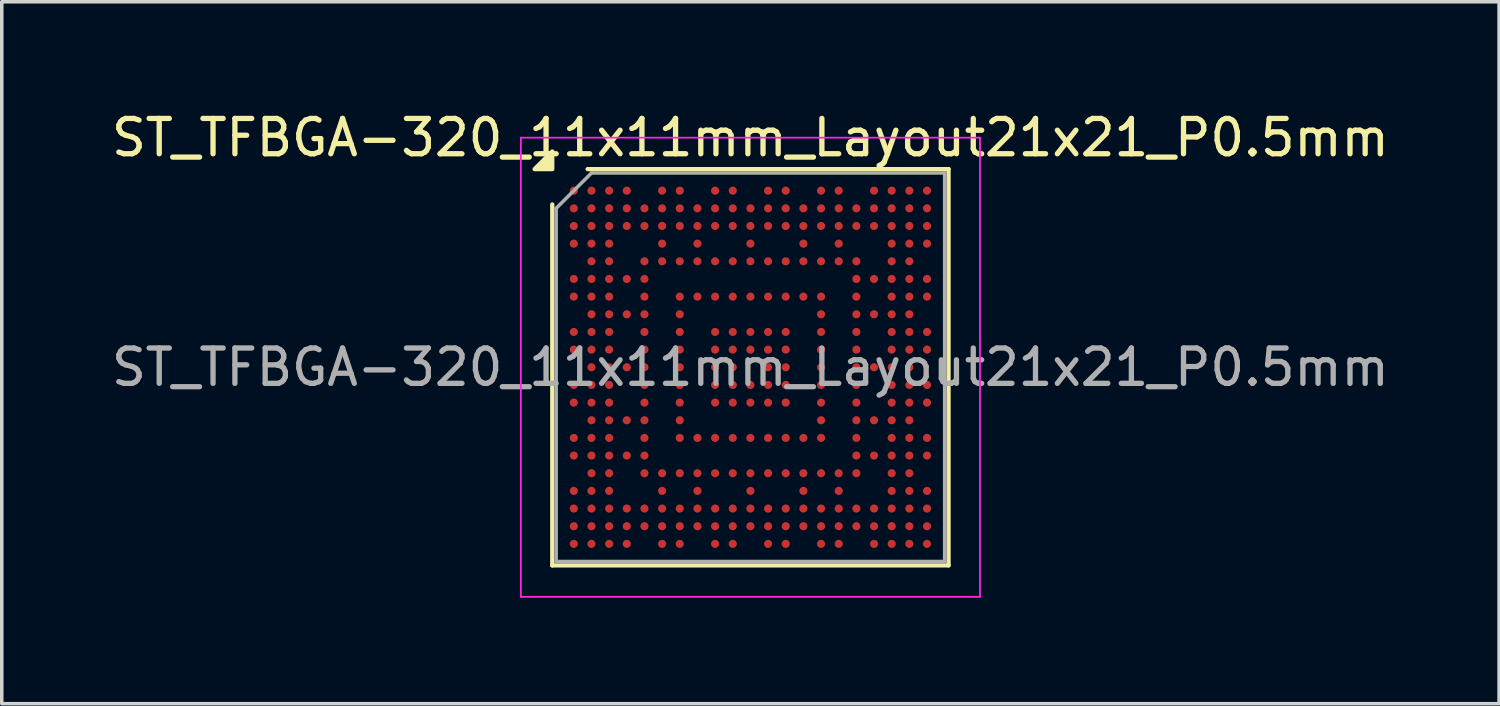
<source format=kicad_pcb>
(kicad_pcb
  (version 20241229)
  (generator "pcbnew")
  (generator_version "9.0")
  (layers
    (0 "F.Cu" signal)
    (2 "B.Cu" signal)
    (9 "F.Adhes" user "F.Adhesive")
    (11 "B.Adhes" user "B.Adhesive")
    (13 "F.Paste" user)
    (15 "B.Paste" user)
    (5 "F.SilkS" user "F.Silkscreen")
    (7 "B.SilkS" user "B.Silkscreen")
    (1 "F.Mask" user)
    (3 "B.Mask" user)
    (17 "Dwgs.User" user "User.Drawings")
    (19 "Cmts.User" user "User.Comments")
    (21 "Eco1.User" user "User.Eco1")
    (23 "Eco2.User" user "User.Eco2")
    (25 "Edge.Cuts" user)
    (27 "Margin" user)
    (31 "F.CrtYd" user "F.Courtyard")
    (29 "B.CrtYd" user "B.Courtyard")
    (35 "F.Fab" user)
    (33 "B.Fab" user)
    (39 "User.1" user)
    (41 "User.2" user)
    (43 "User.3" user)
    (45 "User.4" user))
  (footprint "ST_TFBGA-320_11x11mm_Layout21x21_P0.5mm"
    (layer "F.Cu")
    (at 18.196 7.348)
    (property "Reference" "ST_TFBGA-320_11x11mm_Layout21x21_P0.5mm" (at 0 -6.5 0) (layer "F.SilkS") (effects (font (size 1 1) (thickness 0.15))))
    (attr smd)
    (fp_line (start -5.61 5.61) (end -5.61 -4.61) (stroke (width 0.12) (type solid)) (layer "F.SilkS"))
    (fp_line (start -4.61 -5.61) (end 5.61 -5.61) (stroke (width 0.12) (type solid)) (layer "F.SilkS"))
    (fp_line (start 5.61 -5.61) (end 5.61 5.61) (stroke (width 0.12) (type solid)) (layer "F.SilkS"))
    (fp_line (start 5.61 5.61) (end -5.61 5.61) (stroke (width 0.12) (type solid)) (layer "F.SilkS"))
    (fp_poly (pts (xy -5.61 -5.61) (xy -6.11 -5.61) (xy -5.61 -6.11) (xy -5.61 -5.61)) (stroke (width 0.12) (type solid)) (fill yes) (layer "F.SilkS"))
    (fp_line (start -6.5 -6.5) (end -6.5 6.5) (stroke (width 0.05) (type solid)) (layer "F.CrtYd"))
    (fp_line (start -6.5 6.5) (end 6.5 6.5) (stroke (width 0.05) (type solid)) (layer "F.CrtYd"))
    (fp_line (start 6.5 -6.5) (end -6.5 -6.5) (stroke (width 0.05) (type solid)) (layer "F.CrtYd"))
    (fp_line (start 6.5 6.5) (end 6.5 -6.5) (stroke (width 0.05) (type solid)) (layer "F.CrtYd"))
    (fp_line (start -5.5 -4.5) (end -4.5 -5.5) (stroke (width 0.1) (type solid)) (layer "F.Fab"))
    (fp_line (start -5.5 5.5) (end -5.5 -4.5) (stroke (width 0.1) (type solid)) (layer "F.Fab"))
    (fp_line (start -4.5 -5.5) (end 5.5 -5.5) (stroke (width 0.1) (type solid)) (layer "F.Fab"))
    (fp_line (start 5.5 -5.5) (end 5.5 5.5) (stroke (width 0.1) (type solid)) (layer "F.Fab"))
    (fp_line (start 5.5 5.5) (end -5.5 5.5) (stroke (width 0.1) (type solid)) (layer "F.Fab"))
    (fp_text user "${REFERENCE}" (at 0 0 0) (layer "F.Fab") (effects (font (size 1 1) (thickness 0.15))))
    (pad "A1" smd circle (at -5 -5) (size 0.23 0.23) (property pad_prop_bga) (layers "F.Cu" "F.Mask" "F.Paste"))
    (pad "A2" smd circle (at -4.5 -5) (size 0.23 0.23) (property pad_prop_bga) (layers "F.Cu" "F.Mask" "F.Paste"))
    (pad "A3" smd circle (at -4 -5) (size 0.23 0.23) (property pad_prop_bga) (layers "F.Cu" "F.Mask" "F.Paste"))
    (pad "A4" smd circle (at -3.5 -5) (size 0.23 0.23) (property pad_prop_bga) (layers "F.Cu" "F.Mask" "F.Paste"))
    (pad "A6" smd circle (at -2.5 -5) (size 0.23 0.23) (property pad_prop_bga) (layers "F.Cu" "F.Mask" "F.Paste"))
    (pad "A7" smd circle (at -2 -5) (size 0.23 0.23) (property pad_prop_bga) (layers "F.Cu" "F.Mask" "F.Paste"))
    (pad "A9" smd circle (at -1 -5) (size 0.23 0.23) (property pad_prop_bga) (layers "F.Cu" "F.Mask" "F.Paste"))
    (pad "A10" smd circle (at -0.5 -5) (size 0.23 0.23) (property pad_prop_bga) (layers "F.Cu" "F.Mask" "F.Paste"))
    (pad "A12" smd circle (at 0.5 -5) (size 0.23 0.23) (property pad_prop_bga) (layers "F.Cu" "F.Mask" "F.Paste"))
    (pad "A13" smd circle (at 1 -5) (size 0.23 0.23) (property pad_prop_bga) (layers "F.Cu" "F.Mask" "F.Paste"))
    (pad "A15" smd circle (at 2 -5) (size 0.23 0.23) (property pad_prop_bga) (layers "F.Cu" "F.Mask" "F.Paste"))
    (pad "A16" smd circle (at 2.5 -5) (size 0.23 0.23) (property pad_prop_bga) (layers "F.Cu" "F.Mask" "F.Paste"))
    (pad "A18" smd circle (at 3.5 -5) (size 0.23 0.23) (property pad_prop_bga) (layers "F.Cu" "F.Mask" "F.Paste"))
    (pad "A19" smd circle (at 4 -5) (size 0.23 0.23) (property pad_prop_bga) (layers "F.Cu" "F.Mask" "F.Paste"))
    (pad "A20" smd circle (at 4.5 -5) (size 0.23 0.23) (property pad_prop_bga) (layers "F.Cu" "F.Mask" "F.Paste"))
    (pad "A21" smd circle (at 5 -5) (size 0.23 0.23) (property pad_prop_bga) (layers "F.Cu" "F.Mask" "F.Paste"))
    (pad "AA1" smd circle (at -5 5) (size 0.23 0.23) (property pad_prop_bga) (layers "F.Cu" "F.Mask" "F.Paste"))
    (pad "AA2" smd circle (at -4.5 5) (size 0.23 0.23) (property pad_prop_bga) (layers "F.Cu" "F.Mask" "F.Paste"))
    (pad "AA3" smd circle (at -4 5) (size 0.23 0.23) (property pad_prop_bga) (layers "F.Cu" "F.Mask" "F.Paste"))
    (pad "AA4" smd circle (at -3.5 5) (size 0.23 0.23) (property pad_prop_bga) (layers "F.Cu" "F.Mask" "F.Paste"))
    (pad "AA6" smd circle (at -2.5 5) (size 0.23 0.23) (property pad_prop_bga) (layers "F.Cu" "F.Mask" "F.Paste"))
    (pad "AA7" smd circle (at -2 5) (size 0.23 0.23) (property pad_prop_bga) (layers "F.Cu" "F.Mask" "F.Paste"))
    (pad "AA9" smd circle (at -1 5) (size 0.23 0.23) (property pad_prop_bga) (layers "F.Cu" "F.Mask" "F.Paste"))
    (pad "AA10" smd circle (at -0.5 5) (size 0.23 0.23) (property pad_prop_bga) (layers "F.Cu" "F.Mask" "F.Paste"))
    (pad "AA12" smd circle (at 0.5 5) (size 0.23 0.23) (property pad_prop_bga) (layers "F.Cu" "F.Mask" "F.Paste"))
    (pad "AA13" smd circle (at 1 5) (size 0.23 0.23) (property pad_prop_bga) (layers "F.Cu" "F.Mask" "F.Paste"))
    (pad "AA15" smd circle (at 2 5) (size 0.23 0.23) (property pad_prop_bga) (layers "F.Cu" "F.Mask" "F.Paste"))
    (pad "AA16" smd circle (at 2.5 5) (size 0.23 0.23) (property pad_prop_bga) (layers "F.Cu" "F.Mask" "F.Paste"))
    (pad "AA18" smd circle (at 3.5 5) (size 0.23 0.23) (property pad_prop_bga) (layers "F.Cu" "F.Mask" "F.Paste"))
    (pad "AA19" smd circle (at 4 5) (size 0.23 0.23) (property pad_prop_bga) (layers "F.Cu" "F.Mask" "F.Paste"))
    (pad "AA20" smd circle (at 4.5 5) (size 0.23 0.23) (property pad_prop_bga) (layers "F.Cu" "F.Mask" "F.Paste"))
    (pad "AA21" smd circle (at 5 5) (size 0.23 0.23) (property pad_prop_bga) (layers "F.Cu" "F.Mask" "F.Paste"))
    (pad "B1" smd circle (at -5 -4.5) (size 0.23 0.23) (property pad_prop_bga) (layers "F.Cu" "F.Mask" "F.Paste"))
    (pad "B2" smd circle (at -4.5 -4.5) (size 0.23 0.23) (property pad_prop_bga) (layers "F.Cu" "F.Mask" "F.Paste"))
    (pad "B3" smd circle (at -4 -4.5) (size 0.23 0.23) (property pad_prop_bga) (layers "F.Cu" "F.Mask" "F.Paste"))
    (pad "B4" smd circle (at -3.5 -4.5) (size 0.23 0.23) (property pad_prop_bga) (layers "F.Cu" "F.Mask" "F.Paste"))
    (pad "B5" smd circle (at -3 -4.5) (size 0.23 0.23) (property pad_prop_bga) (layers "F.Cu" "F.Mask" "F.Paste"))
    (pad "B6" smd circle (at -2.5 -4.5) (size 0.23 0.23) (property pad_prop_bga) (layers "F.Cu" "F.Mask" "F.Paste"))
    (pad "B7" smd circle (at -2 -4.5) (size 0.23 0.23) (property pad_prop_bga) (layers "F.Cu" "F.Mask" "F.Paste"))
    (pad "B8" smd circle (at -1.5 -4.5) (size 0.23 0.23) (property pad_prop_bga) (layers "F.Cu" "F.Mask" "F.Paste"))
    (pad "B9" smd circle (at -1 -4.5) (size 0.23 0.23) (property pad_prop_bga) (layers "F.Cu" "F.Mask" "F.Paste"))
    (pad "B10" smd circle (at -0.5 -4.5) (size 0.23 0.23) (property pad_prop_bga) (layers "F.Cu" "F.Mask" "F.Paste"))
    (pad "B11" smd circle (at 0 -4.5) (size 0.23 0.23) (property pad_prop_bga) (layers "F.Cu" "F.Mask" "F.Paste"))
    (pad "B12" smd circle (at 0.5 -4.5) (size 0.23 0.23) (property pad_prop_bga) (layers "F.Cu" "F.Mask" "F.Paste"))
    (pad "B13" smd circle (at 1 -4.5) (size 0.23 0.23) (property pad_prop_bga) (layers "F.Cu" "F.Mask" "F.Paste"))
    (pad "B14" smd circle (at 1.5 -4.5) (size 0.23 0.23) (property pad_prop_bga) (layers "F.Cu" "F.Mask" "F.Paste"))
    (pad "B15" smd circle (at 2 -4.5) (size 0.23 0.23) (property pad_prop_bga) (layers "F.Cu" "F.Mask" "F.Paste"))
    (pad "B16" smd circle (at 2.5 -4.5) (size 0.23 0.23) (property pad_prop_bga) (layers "F.Cu" "F.Mask" "F.Paste"))
    (pad "B17" smd circle (at 3 -4.5) (size 0.23 0.23) (property pad_prop_bga) (layers "F.Cu" "F.Mask" "F.Paste"))
    (pad "B18" smd circle (at 3.5 -4.5) (size 0.23 0.23) (property pad_prop_bga) (layers "F.Cu" "F.Mask" "F.Paste"))
    (pad "B19" smd circle (at 4 -4.5) (size 0.23 0.23) (property pad_prop_bga) (layers "F.Cu" "F.Mask" "F.Paste"))
    (pad "B20" smd circle (at 4.5 -4.5) (size 0.23 0.23) (property pad_prop_bga) (layers "F.Cu" "F.Mask" "F.Paste"))
    (pad "B21" smd circle (at 5 -4.5) (size 0.23 0.23) (property pad_prop_bga) (layers "F.Cu" "F.Mask" "F.Paste"))
    (pad "C1" smd circle (at -5 -4) (size 0.23 0.23) (property pad_prop_bga) (layers "F.Cu" "F.Mask" "F.Paste"))
    (pad "C2" smd circle (at -4.5 -4) (size 0.23 0.23) (property pad_prop_bga) (layers "F.Cu" "F.Mask" "F.Paste"))
    (pad "C3" smd circle (at -4 -4) (size 0.23 0.23) (property pad_prop_bga) (layers "F.Cu" "F.Mask" "F.Paste"))
    (pad "C4" smd circle (at -3.5 -4) (size 0.23 0.23) (property pad_prop_bga) (layers "F.Cu" "F.Mask" "F.Paste"))
    (pad "C5" smd circle (at -3 -4) (size 0.23 0.23) (property pad_prop_bga) (layers "F.Cu" "F.Mask" "F.Paste"))
    (pad "C6" smd circle (at -2.5 -4) (size 0.23 0.23) (property pad_prop_bga) (layers "F.Cu" "F.Mask" "F.Paste"))
    (pad "C7" smd circle (at -2 -4) (size 0.23 0.23) (property pad_prop_bga) (layers "F.Cu" "F.Mask" "F.Paste"))
    (pad "C8" smd circle (at -1.5 -4) (size 0.23 0.23) (property pad_prop_bga) (layers "F.Cu" "F.Mask" "F.Paste"))
    (pad "C9" smd circle (at -1 -4) (size 0.23 0.23) (property pad_prop_bga) (layers "F.Cu" "F.Mask" "F.Paste"))
    (pad "C10" smd circle (at -0.5 -4) (size 0.23 0.23) (property pad_prop_bga) (layers "F.Cu" "F.Mask" "F.Paste"))
    (pad "C11" smd circle (at 0 -4) (size 0.23 0.23) (property pad_prop_bga) (layers "F.Cu" "F.Mask" "F.Paste"))
    (pad "C12" smd circle (at 0.5 -4) (size 0.23 0.23) (property pad_prop_bga) (layers "F.Cu" "F.Mask" "F.Paste"))
    (pad "C13" smd circle (at 1 -4) (size 0.23 0.23) (property pad_prop_bga) (layers "F.Cu" "F.Mask" "F.Paste"))
    (pad "C14" smd circle (at 1.5 -4) (size 0.23 0.23) (property pad_prop_bga) (layers "F.Cu" "F.Mask" "F.Paste"))
    (pad "C15" smd circle (at 2 -4) (size 0.23 0.23) (property pad_prop_bga) (layers "F.Cu" "F.Mask" "F.Paste"))
    (pad "C16" smd circle (at 2.5 -4) (size 0.23 0.23) (property pad_prop_bga) (layers "F.Cu" "F.Mask" "F.Paste"))
    (pad "C17" smd circle (at 3 -4) (size 0.23 0.23) (property pad_prop_bga) (layers "F.Cu" "F.Mask" "F.Paste"))
    (pad "C18" smd circle (at 3.5 -4) (size 0.23 0.23) (property pad_prop_bga) (layers "F.Cu" "F.Mask" "F.Paste"))
    (pad "C19" smd circle (at 4 -4) (size 0.23 0.23) (property pad_prop_bga) (layers "F.Cu" "F.Mask" "F.Paste"))
    (pad "C20" smd circle (at 4.5 -4) (size 0.23 0.23) (property pad_prop_bga) (layers "F.Cu" "F.Mask" "F.Paste"))
    (pad "C21" smd circle (at 5 -4) (size 0.23 0.23) (property pad_prop_bga) (layers "F.Cu" "F.Mask" "F.Paste"))
    (pad "D1" smd circle (at -5 -3.5) (size 0.23 0.23) (property pad_prop_bga) (layers "F.Cu" "F.Mask" "F.Paste"))
    (pad "D2" smd circle (at -4.5 -3.5) (size 0.23 0.23) (property pad_prop_bga) (layers "F.Cu" "F.Mask" "F.Paste"))
    (pad "D3" smd circle (at -4 -3.5) (size 0.23 0.23) (property pad_prop_bga) (layers "F.Cu" "F.Mask" "F.Paste"))
    (pad "D6" smd circle (at -2.5 -3.5) (size 0.23 0.23) (property pad_prop_bga) (layers "F.Cu" "F.Mask" "F.Paste"))
    (pad "D8" smd circle (at -1.5 -3.5) (size 0.23 0.23) (property pad_prop_bga) (layers "F.Cu" "F.Mask" "F.Paste"))
    (pad "D11" smd circle (at 0 -3.5) (size 0.23 0.23) (property pad_prop_bga) (layers "F.Cu" "F.Mask" "F.Paste"))
    (pad "D14" smd circle (at 1.5 -3.5) (size 0.23 0.23) (property pad_prop_bga) (layers "F.Cu" "F.Mask" "F.Paste"))
    (pad "D16" smd circle (at 2.5 -3.5) (size 0.23 0.23) (property pad_prop_bga) (layers "F.Cu" "F.Mask" "F.Paste"))
    (pad "D19" smd circle (at 4 -3.5) (size 0.23 0.23) (property pad_prop_bga) (layers "F.Cu" "F.Mask" "F.Paste"))
    (pad "D20" smd circle (at 4.5 -3.5) (size 0.23 0.23) (property pad_prop_bga) (layers "F.Cu" "F.Mask" "F.Paste"))
    (pad "D21" smd circle (at 5 -3.5) (size 0.23 0.23) (property pad_prop_bga) (layers "F.Cu" "F.Mask" "F.Paste"))
    (pad "E2" smd circle (at -4.5 -3) (size 0.23 0.23) (property pad_prop_bga) (layers "F.Cu" "F.Mask" "F.Paste"))
    (pad "E3" smd circle (at -4 -3) (size 0.23 0.23) (property pad_prop_bga) (layers "F.Cu" "F.Mask" "F.Paste"))
    (pad "E5" smd circle (at -3 -3) (size 0.23 0.23) (property pad_prop_bga) (layers "F.Cu" "F.Mask" "F.Paste"))
    (pad "E6" smd circle (at -2.5 -3) (size 0.23 0.23) (property pad_prop_bga) (layers "F.Cu" "F.Mask" "F.Paste"))
    (pad "E7" smd circle (at -2 -3) (size 0.23 0.23) (property pad_prop_bga) (layers "F.Cu" "F.Mask" "F.Paste"))
    (pad "E8" smd circle (at -1.5 -3) (size 0.23 0.23) (property pad_prop_bga) (layers "F.Cu" "F.Mask" "F.Paste"))
    (pad "E9" smd circle (at -1 -3) (size 0.23 0.23) (property pad_prop_bga) (layers "F.Cu" "F.Mask" "F.Paste"))
    (pad "E10" smd circle (at -0.5 -3) (size 0.23 0.23) (property pad_prop_bga) (layers "F.Cu" "F.Mask" "F.Paste"))
    (pad "E11" smd circle (at 0 -3) (size 0.23 0.23) (property pad_prop_bga) (layers "F.Cu" "F.Mask" "F.Paste"))
    (pad "E12" smd circle (at 0.5 -3) (size 0.23 0.23) (property pad_prop_bga) (layers "F.Cu" "F.Mask" "F.Paste"))
    (pad "E13" smd circle (at 1 -3) (size 0.23 0.23) (property pad_prop_bga) (layers "F.Cu" "F.Mask" "F.Paste"))
    (pad "E14" smd circle (at 1.5 -3) (size 0.23 0.23) (property pad_prop_bga) (layers "F.Cu" "F.Mask" "F.Paste"))
    (pad "E15" smd circle (at 2 -3) (size 0.23 0.23) (property pad_prop_bga) (layers "F.Cu" "F.Mask" "F.Paste"))
    (pad "E16" smd circle (at 2.5 -3) (size 0.23 0.23) (property pad_prop_bga) (layers "F.Cu" "F.Mask" "F.Paste"))
    (pad "E17" smd circle (at 3 -3) (size 0.23 0.23) (property pad_prop_bga) (layers "F.Cu" "F.Mask" "F.Paste"))
    (pad "E19" smd circle (at 4 -3) (size 0.23 0.23) (property pad_prop_bga) (layers "F.Cu" "F.Mask" "F.Paste"))
    (pad "E20" smd circle (at 4.5 -3) (size 0.23 0.23) (property pad_prop_bga) (layers "F.Cu" "F.Mask" "F.Paste"))
    (pad "F1" smd circle (at -5 -2.5) (size 0.23 0.23) (property pad_prop_bga) (layers "F.Cu" "F.Mask" "F.Paste"))
    (pad "F2" smd circle (at -4.5 -2.5) (size 0.23 0.23) (property pad_prop_bga) (layers "F.Cu" "F.Mask" "F.Paste"))
    (pad "F3" smd circle (at -4 -2.5) (size 0.23 0.23) (property pad_prop_bga) (layers "F.Cu" "F.Mask" "F.Paste"))
    (pad "F4" smd circle (at -3.5 -2.5) (size 0.23 0.23) (property pad_prop_bga) (layers "F.Cu" "F.Mask" "F.Paste"))
    (pad "F5" smd circle (at -3 -2.5) (size 0.23 0.23) (property pad_prop_bga) (layers "F.Cu" "F.Mask" "F.Paste"))
    (pad "F17" smd circle (at 3 -2.5) (size 0.23 0.23) (property pad_prop_bga) (layers "F.Cu" "F.Mask" "F.Paste"))
    (pad "F18" smd circle (at 3.5 -2.5) (size 0.23 0.23) (property pad_prop_bga) (layers "F.Cu" "F.Mask" "F.Paste"))
    (pad "F19" smd circle (at 4 -2.5) (size 0.23 0.23) (property pad_prop_bga) (layers "F.Cu" "F.Mask" "F.Paste"))
    (pad "F20" smd circle (at 4.5 -2.5) (size 0.23 0.23) (property pad_prop_bga) (layers "F.Cu" "F.Mask" "F.Paste"))
    (pad "F21" smd circle (at 5 -2.5) (size 0.23 0.23) (property pad_prop_bga) (layers "F.Cu" "F.Mask" "F.Paste"))
    (pad "G1" smd circle (at -5 -2) (size 0.23 0.23) (property pad_prop_bga) (layers "F.Cu" "F.Mask" "F.Paste"))
    (pad "G2" smd circle (at -4.5 -2) (size 0.23 0.23) (property pad_prop_bga) (layers "F.Cu" "F.Mask" "F.Paste"))
    (pad "G3" smd circle (at -4 -2) (size 0.23 0.23) (property pad_prop_bga) (layers "F.Cu" "F.Mask" "F.Paste"))
    (pad "G5" smd circle (at -3 -2) (size 0.23 0.23) (property pad_prop_bga) (layers "F.Cu" "F.Mask" "F.Paste"))
    (pad "G7" smd circle (at -2 -2) (size 0.23 0.23) (property pad_prop_bga) (layers "F.Cu" "F.Mask" "F.Paste"))
    (pad "G8" smd circle (at -1.5 -2) (size 0.23 0.23) (property pad_prop_bga) (layers "F.Cu" "F.Mask" "F.Paste"))
    (pad "G9" smd circle (at -1 -2) (size 0.23 0.23) (property pad_prop_bga) (layers "F.Cu" "F.Mask" "F.Paste"))
    (pad "G10" smd circle (at -0.5 -2) (size 0.23 0.23) (property pad_prop_bga) (layers "F.Cu" "F.Mask" "F.Paste"))
    (pad "G11" smd circle (at 0 -2) (size 0.23 0.23) (property pad_prop_bga) (layers "F.Cu" "F.Mask" "F.Paste"))
    (pad "G12" smd circle (at 0.5 -2) (size 0.23 0.23) (property pad_prop_bga) (layers "F.Cu" "F.Mask" "F.Paste"))
    (pad "G13" smd circle (at 1 -2) (size 0.23 0.23) (property pad_prop_bga) (layers "F.Cu" "F.Mask" "F.Paste"))
    (pad "G14" smd circle (at 1.5 -2) (size 0.23 0.23) (property pad_prop_bga) (layers "F.Cu" "F.Mask" "F.Paste"))
    (pad "G15" smd circle (at 2 -2) (size 0.23 0.23) (property pad_prop_bga) (layers "F.Cu" "F.Mask" "F.Paste"))
    (pad "G17" smd circle (at 3 -2) (size 0.23 0.23) (property pad_prop_bga) (layers "F.Cu" "F.Mask" "F.Paste"))
    (pad "G19" smd circle (at 4 -2) (size 0.23 0.23) (property pad_prop_bga) (layers "F.Cu" "F.Mask" "F.Paste"))
    (pad "G20" smd circle (at 4.5 -2) (size 0.23 0.23) (property pad_prop_bga) (layers "F.Cu" "F.Mask" "F.Paste"))
    (pad "G21" smd circle (at 5 -2) (size 0.23 0.23) (property pad_prop_bga) (layers "F.Cu" "F.Mask" "F.Paste"))
    (pad "H2" smd circle (at -4.5 -1.5) (size 0.23 0.23) (property pad_prop_bga) (layers "F.Cu" "F.Mask" "F.Paste"))
    (pad "H3" smd circle (at -4 -1.5) (size 0.23 0.23) (property pad_prop_bga) (layers "F.Cu" "F.Mask" "F.Paste"))
    (pad "H4" smd circle (at -3.5 -1.5) (size 0.23 0.23) (property pad_prop_bga) (layers "F.Cu" "F.Mask" "F.Paste"))
    (pad "H5" smd circle (at -3 -1.5) (size 0.23 0.23) (property pad_prop_bga) (layers "F.Cu" "F.Mask" "F.Paste"))
    (pad "H7" smd circle (at -2 -1.5) (size 0.23 0.23) (property pad_prop_bga) (layers "F.Cu" "F.Mask" "F.Paste"))
    (pad "H15" smd circle (at 2 -1.5) (size 0.23 0.23) (property pad_prop_bga) (layers "F.Cu" "F.Mask" "F.Paste"))
    (pad "H17" smd circle (at 3 -1.5) (size 0.23 0.23) (property pad_prop_bga) (layers "F.Cu" "F.Mask" "F.Paste"))
    (pad "H18" smd circle (at 3.5 -1.5) (size 0.23 0.23) (property pad_prop_bga) (layers "F.Cu" "F.Mask" "F.Paste"))
    (pad "H19" smd circle (at 4 -1.5) (size 0.23 0.23) (property pad_prop_bga) (layers "F.Cu" "F.Mask" "F.Paste"))
    (pad "H20" smd circle (at 4.5 -1.5) (size 0.23 0.23) (property pad_prop_bga) (layers "F.Cu" "F.Mask" "F.Paste"))
    (pad "J1" smd circle (at -5 -1) (size 0.23 0.23) (property pad_prop_bga) (layers "F.Cu" "F.Mask" "F.Paste"))
    (pad "J2" smd circle (at -4.5 -1) (size 0.23 0.23) (property pad_prop_bga) (layers "F.Cu" "F.Mask" "F.Paste"))
    (pad "J3" smd circle (at -4 -1) (size 0.23 0.23) (property pad_prop_bga) (layers "F.Cu" "F.Mask" "F.Paste"))
    (pad "J5" smd circle (at -3 -1) (size 0.23 0.23) (property pad_prop_bga) (layers "F.Cu" "F.Mask" "F.Paste"))
    (pad "J7" smd circle (at -2 -1) (size 0.23 0.23) (property pad_prop_bga) (layers "F.Cu" "F.Mask" "F.Paste"))
    (pad "J9" smd circle (at -1 -1) (size 0.23 0.23) (property pad_prop_bga) (layers "F.Cu" "F.Mask" "F.Paste"))
    (pad "J10" smd circle (at -0.5 -1) (size 0.23 0.23) (property pad_prop_bga) (layers "F.Cu" "F.Mask" "F.Paste"))
    (pad "J11" smd circle (at 0 -1) (size 0.23 0.23) (property pad_prop_bga) (layers "F.Cu" "F.Mask" "F.Paste"))
    (pad "J12" smd circle (at 0.5 -1) (size 0.23 0.23) (property pad_prop_bga) (layers "F.Cu" "F.Mask" "F.Paste"))
    (pad "J13" smd circle (at 1 -1) (size 0.23 0.23) (property pad_prop_bga) (layers "F.Cu" "F.Mask" "F.Paste"))
    (pad "J15" smd circle (at 2 -1) (size 0.23 0.23) (property pad_prop_bga) (layers "F.Cu" "F.Mask" "F.Paste"))
    (pad "J17" smd circle (at 3 -1) (size 0.23 0.23) (property pad_prop_bga) (layers "F.Cu" "F.Mask" "F.Paste"))
    (pad "J19" smd circle (at 4 -1) (size 0.23 0.23) (property pad_prop_bga) (layers "F.Cu" "F.Mask" "F.Paste"))
    (pad "J20" smd circle (at 4.5 -1) (size 0.23 0.23) (property pad_prop_bga) (layers "F.Cu" "F.Mask" "F.Paste"))
    (pad "J21" smd circle (at 5 -1) (size 0.23 0.23) (property pad_prop_bga) (layers "F.Cu" "F.Mask" "F.Paste"))
    (pad "K1" smd circle (at -5 -0.5) (size 0.23 0.23) (property pad_prop_bga) (layers "F.Cu" "F.Mask" "F.Paste"))
    (pad "K2" smd circle (at -4.5 -0.5) (size 0.23 0.23) (property pad_prop_bga) (layers "F.Cu" "F.Mask" "F.Paste"))
    (pad "K3" smd circle (at -4 -0.5) (size 0.23 0.23) (property pad_prop_bga) (layers "F.Cu" "F.Mask" "F.Paste"))
    (pad "K5" smd circle (at -3 -0.5) (size 0.23 0.23) (property pad_prop_bga) (layers "F.Cu" "F.Mask" "F.Paste"))
    (pad "K7" smd circle (at -2 -0.5) (size 0.23 0.23) (property pad_prop_bga) (layers "F.Cu" "F.Mask" "F.Paste"))
    (pad "K9" smd circle (at -1 -0.5) (size 0.23 0.23) (property pad_prop_bga) (layers "F.Cu" "F.Mask" "F.Paste"))
    (pad "K10" smd circle (at -0.5 -0.5) (size 0.23 0.23) (property pad_prop_bga) (layers "F.Cu" "F.Mask" "F.Paste"))
    (pad "K11" smd circle (at 0 -0.5) (size 0.23 0.23) (property pad_prop_bga) (layers "F.Cu" "F.Mask" "F.Paste"))
    (pad "K12" smd circle (at 0.5 -0.5) (size 0.23 0.23) (property pad_prop_bga) (layers "F.Cu" "F.Mask" "F.Paste"))
    (pad "K13" smd circle (at 1 -0.5) (size 0.23 0.23) (property pad_prop_bga) (layers "F.Cu" "F.Mask" "F.Paste"))
    (pad "K15" smd circle (at 2 -0.5) (size 0.23 0.23) (property pad_prop_bga) (layers "F.Cu" "F.Mask" "F.Paste"))
    (pad "K17" smd circle (at 3 -0.5) (size 0.23 0.23) (property pad_prop_bga) (layers "F.Cu" "F.Mask" "F.Paste"))
    (pad "K19" smd circle (at 4 -0.5) (size 0.23 0.23) (property pad_prop_bga) (layers "F.Cu" "F.Mask" "F.Paste"))
    (pad "K20" smd circle (at 4.5 -0.5) (size 0.23 0.23) (property pad_prop_bga) (layers "F.Cu" "F.Mask" "F.Paste"))
    (pad "K21" smd circle (at 5 -0.5) (size 0.23 0.23) (property pad_prop_bga) (layers "F.Cu" "F.Mask" "F.Paste"))
    (pad "L2" smd circle (at -4.5 0) (size 0.23 0.23) (property pad_prop_bga) (layers "F.Cu" "F.Mask" "F.Paste"))
    (pad "L3" smd circle (at -4 0) (size 0.23 0.23) (property pad_prop_bga) (layers "F.Cu" "F.Mask" "F.Paste"))
    (pad "L4" smd circle (at -3.5 0) (size 0.23 0.23) (property pad_prop_bga) (layers "F.Cu" "F.Mask" "F.Paste"))
    (pad "L5" smd circle (at -3 0) (size 0.23 0.23) (property pad_prop_bga) (layers "F.Cu" "F.Mask" "F.Paste"))
    (pad "L7" smd circle (at -2 0) (size 0.23 0.23) (property pad_prop_bga) (layers "F.Cu" "F.Mask" "F.Paste"))
    (pad "L9" smd circle (at -1 0) (size 0.23 0.23) (property pad_prop_bga) (layers "F.Cu" "F.Mask" "F.Paste"))
    (pad "L10" smd circle (at -0.5 0) (size 0.23 0.23) (property pad_prop_bga) (layers "F.Cu" "F.Mask" "F.Paste"))
    (pad "L12" smd circle (at 0.5 0) (size 0.23 0.23) (property pad_prop_bga) (layers "F.Cu" "F.Mask" "F.Paste"))
    (pad "L13" smd circle (at 1 0) (size 0.23 0.23) (property pad_prop_bga) (layers "F.Cu" "F.Mask" "F.Paste"))
    (pad "L15" smd circle (at 2 0) (size 0.23 0.23) (property pad_prop_bga) (layers "F.Cu" "F.Mask" "F.Paste"))
    (pad "L17" smd circle (at 3 0) (size 0.23 0.23) (property pad_prop_bga) (layers "F.Cu" "F.Mask" "F.Paste"))
    (pad "L18" smd circle (at 3.5 0) (size 0.23 0.23) (property pad_prop_bga) (layers "F.Cu" "F.Mask" "F.Paste"))
    (pad "L19" smd circle (at 4 0) (size 0.23 0.23) (property pad_prop_bga) (layers "F.Cu" "F.Mask" "F.Paste"))
    (pad "L20" smd circle (at 4.5 0) (size 0.23 0.23) (property pad_prop_bga) (layers "F.Cu" "F.Mask" "F.Paste"))
    (pad "M1" smd circle (at -5 0.5) (size 0.23 0.23) (property pad_prop_bga) (layers "F.Cu" "F.Mask" "F.Paste"))
    (pad "M2" smd circle (at -4.5 0.5) (size 0.23 0.23) (property pad_prop_bga) (layers "F.Cu" "F.Mask" "F.Paste"))
    (pad "M3" smd circle (at -4 0.5) (size 0.23 0.23) (property pad_prop_bga) (layers "F.Cu" "F.Mask" "F.Paste"))
    (pad "M5" smd circle (at -3 0.5) (size 0.23 0.23) (property pad_prop_bga) (layers "F.Cu" "F.Mask" "F.Paste"))
    (pad "M7" smd circle (at -2 0.5) (size 0.23 0.23) (property pad_prop_bga) (layers "F.Cu" "F.Mask" "F.Paste"))
    (pad "M9" smd circle (at -1 0.5) (size 0.23 0.23) (property pad_prop_bga) (layers "F.Cu" "F.Mask" "F.Paste"))
    (pad "M10" smd circle (at -0.5 0.5) (size 0.23 0.23) (property pad_prop_bga) (layers "F.Cu" "F.Mask" "F.Paste"))
    (pad "M11" smd circle (at 0 0.5) (size 0.23 0.23) (property pad_prop_bga) (layers "F.Cu" "F.Mask" "F.Paste"))
    (pad "M12" smd circle (at 0.5 0.5) (size 0.23 0.23) (property pad_prop_bga) (layers "F.Cu" "F.Mask" "F.Paste"))
    (pad "M13" smd circle (at 1 0.5) (size 0.23 0.23) (property pad_prop_bga) (layers "F.Cu" "F.Mask" "F.Paste"))
    (pad "M15" smd circle (at 2 0.5) (size 0.23 0.23) (property pad_prop_bga) (layers "F.Cu" "F.Mask" "F.Paste"))
    (pad "M17" smd circle (at 3 0.5) (size 0.23 0.23) (property pad_prop_bga) (layers "F.Cu" "F.Mask" "F.Paste"))
    (pad "M19" smd circle (at 4 0.5) (size 0.23 0.23) (property pad_prop_bga) (layers "F.Cu" "F.Mask" "F.Paste"))
    (pad "M20" smd circle (at 4.5 0.5) (size 0.23 0.23) (property pad_prop_bga) (layers "F.Cu" "F.Mask" "F.Paste"))
    (pad "M21" smd circle (at 5 0.5) (size 0.23 0.23) (property pad_prop_bga) (layers "F.Cu" "F.Mask" "F.Paste"))
    (pad "N1" smd circle (at -5 1) (size 0.23 0.23) (property pad_prop_bga) (layers "F.Cu" "F.Mask" "F.Paste"))
    (pad "N2" smd circle (at -4.5 1) (size 0.23 0.23) (property pad_prop_bga) (layers "F.Cu" "F.Mask" "F.Paste"))
    (pad "N3" smd circle (at -4 1) (size 0.23 0.23) (property pad_prop_bga) (layers "F.Cu" "F.Mask" "F.Paste"))
    (pad "N5" smd circle (at -3 1) (size 0.23 0.23) (property pad_prop_bga) (layers "F.Cu" "F.Mask" "F.Paste"))
    (pad "N7" smd circle (at -2 1) (size 0.23 0.23) (property pad_prop_bga) (layers "F.Cu" "F.Mask" "F.Paste"))
    (pad "N9" smd circle (at -1 1) (size 0.23 0.23) (property pad_prop_bga) (layers "F.Cu" "F.Mask" "F.Paste"))
    (pad "N10" smd circle (at -0.5 1) (size 0.23 0.23) (property pad_prop_bga) (layers "F.Cu" "F.Mask" "F.Paste"))
    (pad "N11" smd circle (at 0 1) (size 0.23 0.23) (property pad_prop_bga) (layers "F.Cu" "F.Mask" "F.Paste"))
    (pad "N12" smd circle (at 0.5 1) (size 0.23 0.23) (property pad_prop_bga) (layers "F.Cu" "F.Mask" "F.Paste"))
    (pad "N13" smd circle (at 1 1) (size 0.23 0.23) (property pad_prop_bga) (layers "F.Cu" "F.Mask" "F.Paste"))
    (pad "N15" smd circle (at 2 1) (size 0.23 0.23) (property pad_prop_bga) (layers "F.Cu" "F.Mask" "F.Paste"))
    (pad "N17" smd circle (at 3 1) (size 0.23 0.23) (property pad_prop_bga) (layers "F.Cu" "F.Mask" "F.Paste"))
    (pad "N19" smd circle (at 4 1) (size 0.23 0.23) (property pad_prop_bga) (layers "F.Cu" "F.Mask" "F.Paste"))
    (pad "N20" smd circle (at 4.5 1) (size 0.23 0.23) (property pad_prop_bga) (layers "F.Cu" "F.Mask" "F.Paste"))
    (pad "N21" smd circle (at 5 1) (size 0.23 0.23) (property pad_prop_bga) (layers "F.Cu" "F.Mask" "F.Paste"))
    (pad "P2" smd circle (at -4.5 1.5) (size 0.23 0.23) (property pad_prop_bga) (layers "F.Cu" "F.Mask" "F.Paste"))
    (pad "P3" smd circle (at -4 1.5) (size 0.23 0.23) (property pad_prop_bga) (layers "F.Cu" "F.Mask" "F.Paste"))
    (pad "P4" smd circle (at -3.5 1.5) (size 0.23 0.23) (property pad_prop_bga) (layers "F.Cu" "F.Mask" "F.Paste"))
    (pad "P5" smd circle (at -3 1.5) (size 0.23 0.23) (property pad_prop_bga) (layers "F.Cu" "F.Mask" "F.Paste"))
    (pad "P7" smd circle (at -2 1.5) (size 0.23 0.23) (property pad_prop_bga) (layers "F.Cu" "F.Mask" "F.Paste"))
    (pad "P15" smd circle (at 2 1.5) (size 0.23 0.23) (property pad_prop_bga) (layers "F.Cu" "F.Mask" "F.Paste"))
    (pad "P17" smd circle (at 3 1.5) (size 0.23 0.23) (property pad_prop_bga) (layers "F.Cu" "F.Mask" "F.Paste"))
    (pad "P18" smd circle (at 3.5 1.5) (size 0.23 0.23) (property pad_prop_bga) (layers "F.Cu" "F.Mask" "F.Paste"))
    (pad "P19" smd circle (at 4 1.5) (size 0.23 0.23) (property pad_prop_bga) (layers "F.Cu" "F.Mask" "F.Paste"))
    (pad "P20" smd circle (at 4.5 1.5) (size 0.23 0.23) (property pad_prop_bga) (layers "F.Cu" "F.Mask" "F.Paste"))
    (pad "R1" smd circle (at -5 2) (size 0.23 0.23) (property pad_prop_bga) (layers "F.Cu" "F.Mask" "F.Paste"))
    (pad "R2" smd circle (at -4.5 2) (size 0.23 0.23) (property pad_prop_bga) (layers "F.Cu" "F.Mask" "F.Paste"))
    (pad "R3" smd circle (at -4 2) (size 0.23 0.23) (property pad_prop_bga) (layers "F.Cu" "F.Mask" "F.Paste"))
    (pad "R5" smd circle (at -3 2) (size 0.23 0.23) (property pad_prop_bga) (layers "F.Cu" "F.Mask" "F.Paste"))
    (pad "R7" smd circle (at -2 2) (size 0.23 0.23) (property pad_prop_bga) (layers "F.Cu" "F.Mask" "F.Paste"))
    (pad "R8" smd circle (at -1.5 2) (size 0.23 0.23) (property pad_prop_bga) (layers "F.Cu" "F.Mask" "F.Paste"))
    (pad "R9" smd circle (at -1 2) (size 0.23 0.23) (property pad_prop_bga) (layers "F.Cu" "F.Mask" "F.Paste"))
    (pad "R10" smd circle (at -0.5 2) (size 0.23 0.23) (property pad_prop_bga) (layers "F.Cu" "F.Mask" "F.Paste"))
    (pad "R11" smd circle (at 0 2) (size 0.23 0.23) (property pad_prop_bga) (layers "F.Cu" "F.Mask" "F.Paste"))
    (pad "R12" smd circle (at 0.5 2) (size 0.23 0.23) (property pad_prop_bga) (layers "F.Cu" "F.Mask" "F.Paste"))
    (pad "R13" smd circle (at 1 2) (size 0.23 0.23) (property pad_prop_bga) (layers "F.Cu" "F.Mask" "F.Paste"))
    (pad "R14" smd circle (at 1.5 2) (size 0.23 0.23) (property pad_prop_bga) (layers "F.Cu" "F.Mask" "F.Paste"))
    (pad "R15" smd circle (at 2 2) (size 0.23 0.23) (property pad_prop_bga) (layers "F.Cu" "F.Mask" "F.Paste"))
    (pad "R17" smd circle (at 3 2) (size 0.23 0.23) (property pad_prop_bga) (layers "F.Cu" "F.Mask" "F.Paste"))
    (pad "R19" smd circle (at 4 2) (size 0.23 0.23) (property pad_prop_bga) (layers "F.Cu" "F.Mask" "F.Paste"))
    (pad "R20" smd circle (at 4.5 2) (size 0.23 0.23) (property pad_prop_bga) (layers "F.Cu" "F.Mask" "F.Paste"))
    (pad "R21" smd circle (at 5 2) (size 0.23 0.23) (property pad_prop_bga) (layers "F.Cu" "F.Mask" "F.Paste"))
    (pad "T1" smd circle (at -5 2.5) (size 0.23 0.23) (property pad_prop_bga) (layers "F.Cu" "F.Mask" "F.Paste"))
    (pad "T2" smd circle (at -4.5 2.5) (size 0.23 0.23) (property pad_prop_bga) (layers "F.Cu" "F.Mask" "F.Paste"))
    (pad "T3" smd circle (at -4 2.5) (size 0.23 0.23) (property pad_prop_bga) (layers "F.Cu" "F.Mask" "F.Paste"))
    (pad "T4" smd circle (at -3.5 2.5) (size 0.23 0.23) (property pad_prop_bga) (layers "F.Cu" "F.Mask" "F.Paste"))
    (pad "T5" smd circle (at -3 2.5) (size 0.23 0.23) (property pad_prop_bga) (layers "F.Cu" "F.Mask" "F.Paste"))
    (pad "T17" smd circle (at 3 2.5) (size 0.23 0.23) (property pad_prop_bga) (layers "F.Cu" "F.Mask" "F.Paste"))
    (pad "T18" smd circle (at 3.5 2.5) (size 0.23 0.23) (property pad_prop_bga) (layers "F.Cu" "F.Mask" "F.Paste"))
    (pad "T19" smd circle (at 4 2.5) (size 0.23 0.23) (property pad_prop_bga) (layers "F.Cu" "F.Mask" "F.Paste"))
    (pad "T20" smd circle (at 4.5 2.5) (size 0.23 0.23) (property pad_prop_bga) (layers "F.Cu" "F.Mask" "F.Paste"))
    (pad "T21" smd circle (at 5 2.5) (size 0.23 0.23) (property pad_prop_bga) (layers "F.Cu" "F.Mask" "F.Paste"))
    (pad "U2" smd circle (at -4.5 3) (size 0.23 0.23) (property pad_prop_bga) (layers "F.Cu" "F.Mask" "F.Paste"))
    (pad "U3" smd circle (at -4 3) (size 0.23 0.23) (property pad_prop_bga) (layers "F.Cu" "F.Mask" "F.Paste"))
    (pad "U5" smd circle (at -3 3) (size 0.23 0.23) (property pad_prop_bga) (layers "F.Cu" "F.Mask" "F.Paste"))
    (pad "U6" smd circle (at -2.5 3) (size 0.23 0.23) (property pad_prop_bga) (layers "F.Cu" "F.Mask" "F.Paste"))
    (pad "U7" smd circle (at -2 3) (size 0.23 0.23) (property pad_prop_bga) (layers "F.Cu" "F.Mask" "F.Paste"))
    (pad "U8" smd circle (at -1.5 3) (size 0.23 0.23) (property pad_prop_bga) (layers "F.Cu" "F.Mask" "F.Paste"))
    (pad "U9" smd circle (at -1 3) (size 0.23 0.23) (property pad_prop_bga) (layers "F.Cu" "F.Mask" "F.Paste"))
    (pad "U10" smd circle (at -0.5 3) (size 0.23 0.23) (property pad_prop_bga) (layers "F.Cu" "F.Mask" "F.Paste"))
    (pad "U11" smd circle (at 0 3) (size 0.23 0.23) (property pad_prop_bga) (layers "F.Cu" "F.Mask" "F.Paste"))
    (pad "U12" smd circle (at 0.5 3) (size 0.23 0.23) (property pad_prop_bga) (layers "F.Cu" "F.Mask" "F.Paste"))
    (pad "U13" smd circle (at 1 3) (size 0.23 0.23) (property pad_prop_bga) (layers "F.Cu" "F.Mask" "F.Paste"))
    (pad "U14" smd circle (at 1.5 3) (size 0.23 0.23) (property pad_prop_bga) (layers "F.Cu" "F.Mask" "F.Paste"))
    (pad "U15" smd circle (at 2 3) (size 0.23 0.23) (property pad_prop_bga) (layers "F.Cu" "F.Mask" "F.Paste"))
    (pad "U16" smd circle (at 2.5 3) (size 0.23 0.23) (property pad_prop_bga) (layers "F.Cu" "F.Mask" "F.Paste"))
    (pad "U17" smd circle (at 3 3) (size 0.23 0.23) (property pad_prop_bga) (layers "F.Cu" "F.Mask" "F.Paste"))
    (pad "U19" smd circle (at 4 3) (size 0.23 0.23) (property pad_prop_bga) (layers "F.Cu" "F.Mask" "F.Paste"))
    (pad "U20" smd circle (at 4.5 3) (size 0.23 0.23) (property pad_prop_bga) (layers "F.Cu" "F.Mask" "F.Paste"))
    (pad "V1" smd circle (at -5 3.5) (size 0.23 0.23) (property pad_prop_bga) (layers "F.Cu" "F.Mask" "F.Paste"))
    (pad "V2" smd circle (at -4.5 3.5) (size 0.23 0.23) (property pad_prop_bga) (layers "F.Cu" "F.Mask" "F.Paste"))
    (pad "V3" smd circle (at -4 3.5) (size 0.23 0.23) (property pad_prop_bga) (layers "F.Cu" "F.Mask" "F.Paste"))
    (pad "V6" smd circle (at -2.5 3.5) (size 0.23 0.23) (property pad_prop_bga) (layers "F.Cu" "F.Mask" "F.Paste"))
    (pad "V8" smd circle (at -1.5 3.5) (size 0.23 0.23) (property pad_prop_bga) (layers "F.Cu" "F.Mask" "F.Paste"))
    (pad "V11" smd circle (at 0 3.5) (size 0.23 0.23) (property pad_prop_bga) (layers "F.Cu" "F.Mask" "F.Paste"))
    (pad "V14" smd circle (at 1.5 3.5) (size 0.23 0.23) (property pad_prop_bga) (layers "F.Cu" "F.Mask" "F.Paste"))
    (pad "V16" smd circle (at 2.5 3.5) (size 0.23 0.23) (property pad_prop_bga) (layers "F.Cu" "F.Mask" "F.Paste"))
    (pad "V19" smd circle (at 4 3.5) (size 0.23 0.23) (property pad_prop_bga) (layers "F.Cu" "F.Mask" "F.Paste"))
    (pad "V20" smd circle (at 4.5 3.5) (size 0.23 0.23) (property pad_prop_bga) (layers "F.Cu" "F.Mask" "F.Paste"))
    (pad "V21" smd circle (at 5 3.5) (size 0.23 0.23) (property pad_prop_bga) (layers "F.Cu" "F.Mask" "F.Paste"))
    (pad "W1" smd circle (at -5 4) (size 0.23 0.23) (property pad_prop_bga) (layers "F.Cu" "F.Mask" "F.Paste"))
    (pad "W2" smd circle (at -4.5 4) (size 0.23 0.23) (property pad_prop_bga) (layers "F.Cu" "F.Mask" "F.Paste"))
    (pad "W3" smd circle (at -4 4) (size 0.23 0.23) (property pad_prop_bga) (layers "F.Cu" "F.Mask" "F.Paste"))
    (pad "W4" smd circle (at -3.5 4) (size 0.23 0.23) (property pad_prop_bga) (layers "F.Cu" "F.Mask" "F.Paste"))
    (pad "W5" smd circle (at -3 4) (size 0.23 0.23) (property pad_prop_bga) (layers "F.Cu" "F.Mask" "F.Paste"))
    (pad "W6" smd circle (at -2.5 4) (size 0.23 0.23) (property pad_prop_bga) (layers "F.Cu" "F.Mask" "F.Paste"))
    (pad "W7" smd circle (at -2 4) (size 0.23 0.23) (property pad_prop_bga) (layers "F.Cu" "F.Mask" "F.Paste"))
    (pad "W8" smd circle (at -1.5 4) (size 0.23 0.23) (property pad_prop_bga) (layers "F.Cu" "F.Mask" "F.Paste"))
    (pad "W9" smd circle (at -1 4) (size 0.23 0.23) (property pad_prop_bga) (layers "F.Cu" "F.Mask" "F.Paste"))
    (pad "W10" smd circle (at -0.5 4) (size 0.23 0.23) (property pad_prop_bga) (layers "F.Cu" "F.Mask" "F.Paste"))
    (pad "W11" smd circle (at 0 4) (size 0.23 0.23) (property pad_prop_bga) (layers "F.Cu" "F.Mask" "F.Paste"))
    (pad "W12" smd circle (at 0.5 4) (size 0.23 0.23) (property pad_prop_bga) (layers "F.Cu" "F.Mask" "F.Paste"))
    (pad "W13" smd circle (at 1 4) (size 0.23 0.23) (property pad_prop_bga) (layers "F.Cu" "F.Mask" "F.Paste"))
    (pad "W14" smd circle (at 1.5 4) (size 0.23 0.23) (property pad_prop_bga) (layers "F.Cu" "F.Mask" "F.Paste"))
    (pad "W15" smd circle (at 2 4) (size 0.23 0.23) (property pad_prop_bga) (layers "F.Cu" "F.Mask" "F.Paste"))
    (pad "W16" smd circle (at 2.5 4) (size 0.23 0.23) (property pad_prop_bga) (layers "F.Cu" "F.Mask" "F.Paste"))
    (pad "W17" smd circle (at 3 4) (size 0.23 0.23) (property pad_prop_bga) (layers "F.Cu" "F.Mask" "F.Paste"))
    (pad "W18" smd circle (at 3.5 4) (size 0.23 0.23) (property pad_prop_bga) (layers "F.Cu" "F.Mask" "F.Paste"))
    (pad "W19" smd circle (at 4 4) (size 0.23 0.23) (property pad_prop_bga) (layers "F.Cu" "F.Mask" "F.Paste"))
    (pad "W20" smd circle (at 4.5 4) (size 0.23 0.23) (property pad_prop_bga) (layers "F.Cu" "F.Mask" "F.Paste"))
    (pad "W21" smd circle (at 5 4) (size 0.23 0.23) (property pad_prop_bga) (layers "F.Cu" "F.Mask" "F.Paste"))
    (pad "Y1" smd circle (at -5 4.5) (size 0.23 0.23) (property pad_prop_bga) (layers "F.Cu" "F.Mask" "F.Paste"))
    (pad "Y2" smd circle (at -4.5 4.5) (size 0.23 0.23) (property pad_prop_bga) (layers "F.Cu" "F.Mask" "F.Paste"))
    (pad "Y3" smd circle (at -4 4.5) (size 0.23 0.23) (property pad_prop_bga) (layers "F.Cu" "F.Mask" "F.Paste"))
    (pad "Y4" smd circle (at -3.5 4.5) (size 0.23 0.23) (property pad_prop_bga) (layers "F.Cu" "F.Mask" "F.Paste"))
    (pad "Y5" smd circle (at -3 4.5) (size 0.23 0.23) (property pad_prop_bga) (layers "F.Cu" "F.Mask" "F.Paste"))
    (pad "Y6" smd circle (at -2.5 4.5) (size 0.23 0.23) (property pad_prop_bga) (layers "F.Cu" "F.Mask" "F.Paste"))
    (pad "Y7" smd circle (at -2 4.5) (size 0.23 0.23) (property pad_prop_bga) (layers "F.Cu" "F.Mask" "F.Paste"))
    (pad "Y8" smd circle (at -1.5 4.5) (size 0.23 0.23) (property pad_prop_bga) (layers "F.Cu" "F.Mask" "F.Paste"))
    (pad "Y9" smd circle (at -1 4.5) (size 0.23 0.23) (property pad_prop_bga) (layers "F.Cu" "F.Mask" "F.Paste"))
    (pad "Y10" smd circle (at -0.5 4.5) (size 0.23 0.23) (property pad_prop_bga) (layers "F.Cu" "F.Mask" "F.Paste"))
    (pad "Y11" smd circle (at 0 4.5) (size 0.23 0.23) (property pad_prop_bga) (layers "F.Cu" "F.Mask" "F.Paste"))
    (pad "Y12" smd circle (at 0.5 4.5) (size 0.23 0.23) (property pad_prop_bga) (layers "F.Cu" "F.Mask" "F.Paste"))
    (pad "Y13" smd circle (at 1 4.5) (size 0.23 0.23) (property pad_prop_bga) (layers "F.Cu" "F.Mask" "F.Paste"))
    (pad "Y14" smd circle (at 1.5 4.5) (size 0.23 0.23) (property pad_prop_bga) (layers "F.Cu" "F.Mask" "F.Paste"))
    (pad "Y15" smd circle (at 2 4.5) (size 0.23 0.23) (property pad_prop_bga) (layers "F.Cu" "F.Mask" "F.Paste"))
    (pad "Y16" smd circle (at 2.5 4.5) (size 0.23 0.23) (property pad_prop_bga) (layers "F.Cu" "F.Mask" "F.Paste"))
    (pad "Y17" smd circle (at 3 4.5) (size 0.23 0.23) (property pad_prop_bga) (layers "F.Cu" "F.Mask" "F.Paste"))
    (pad "Y18" smd circle (at 3.5 4.5) (size 0.23 0.23) (property pad_prop_bga) (layers "F.Cu" "F.Mask" "F.Paste"))
    (pad "Y19" smd circle (at 4 4.5) (size 0.23 0.23) (property pad_prop_bga) (layers "F.Cu" "F.Mask" "F.Paste"))
    (pad "Y20" smd circle (at 4.5 4.5) (size 0.23 0.23) (property pad_prop_bga) (layers "F.Cu" "F.Mask" "F.Paste"))
    (pad "Y21" smd circle (at 5 4.5) (size 0.23 0.23) (property pad_prop_bga) (layers "F.Cu" "F.Mask" "F.Paste")))
  (gr_rect
    (start -3 -3)
    (end 39.393 16.873)
    (stroke (width 0.1) (type default))
    (fill no)
    (layer "Edge.Cuts")))
</source>
